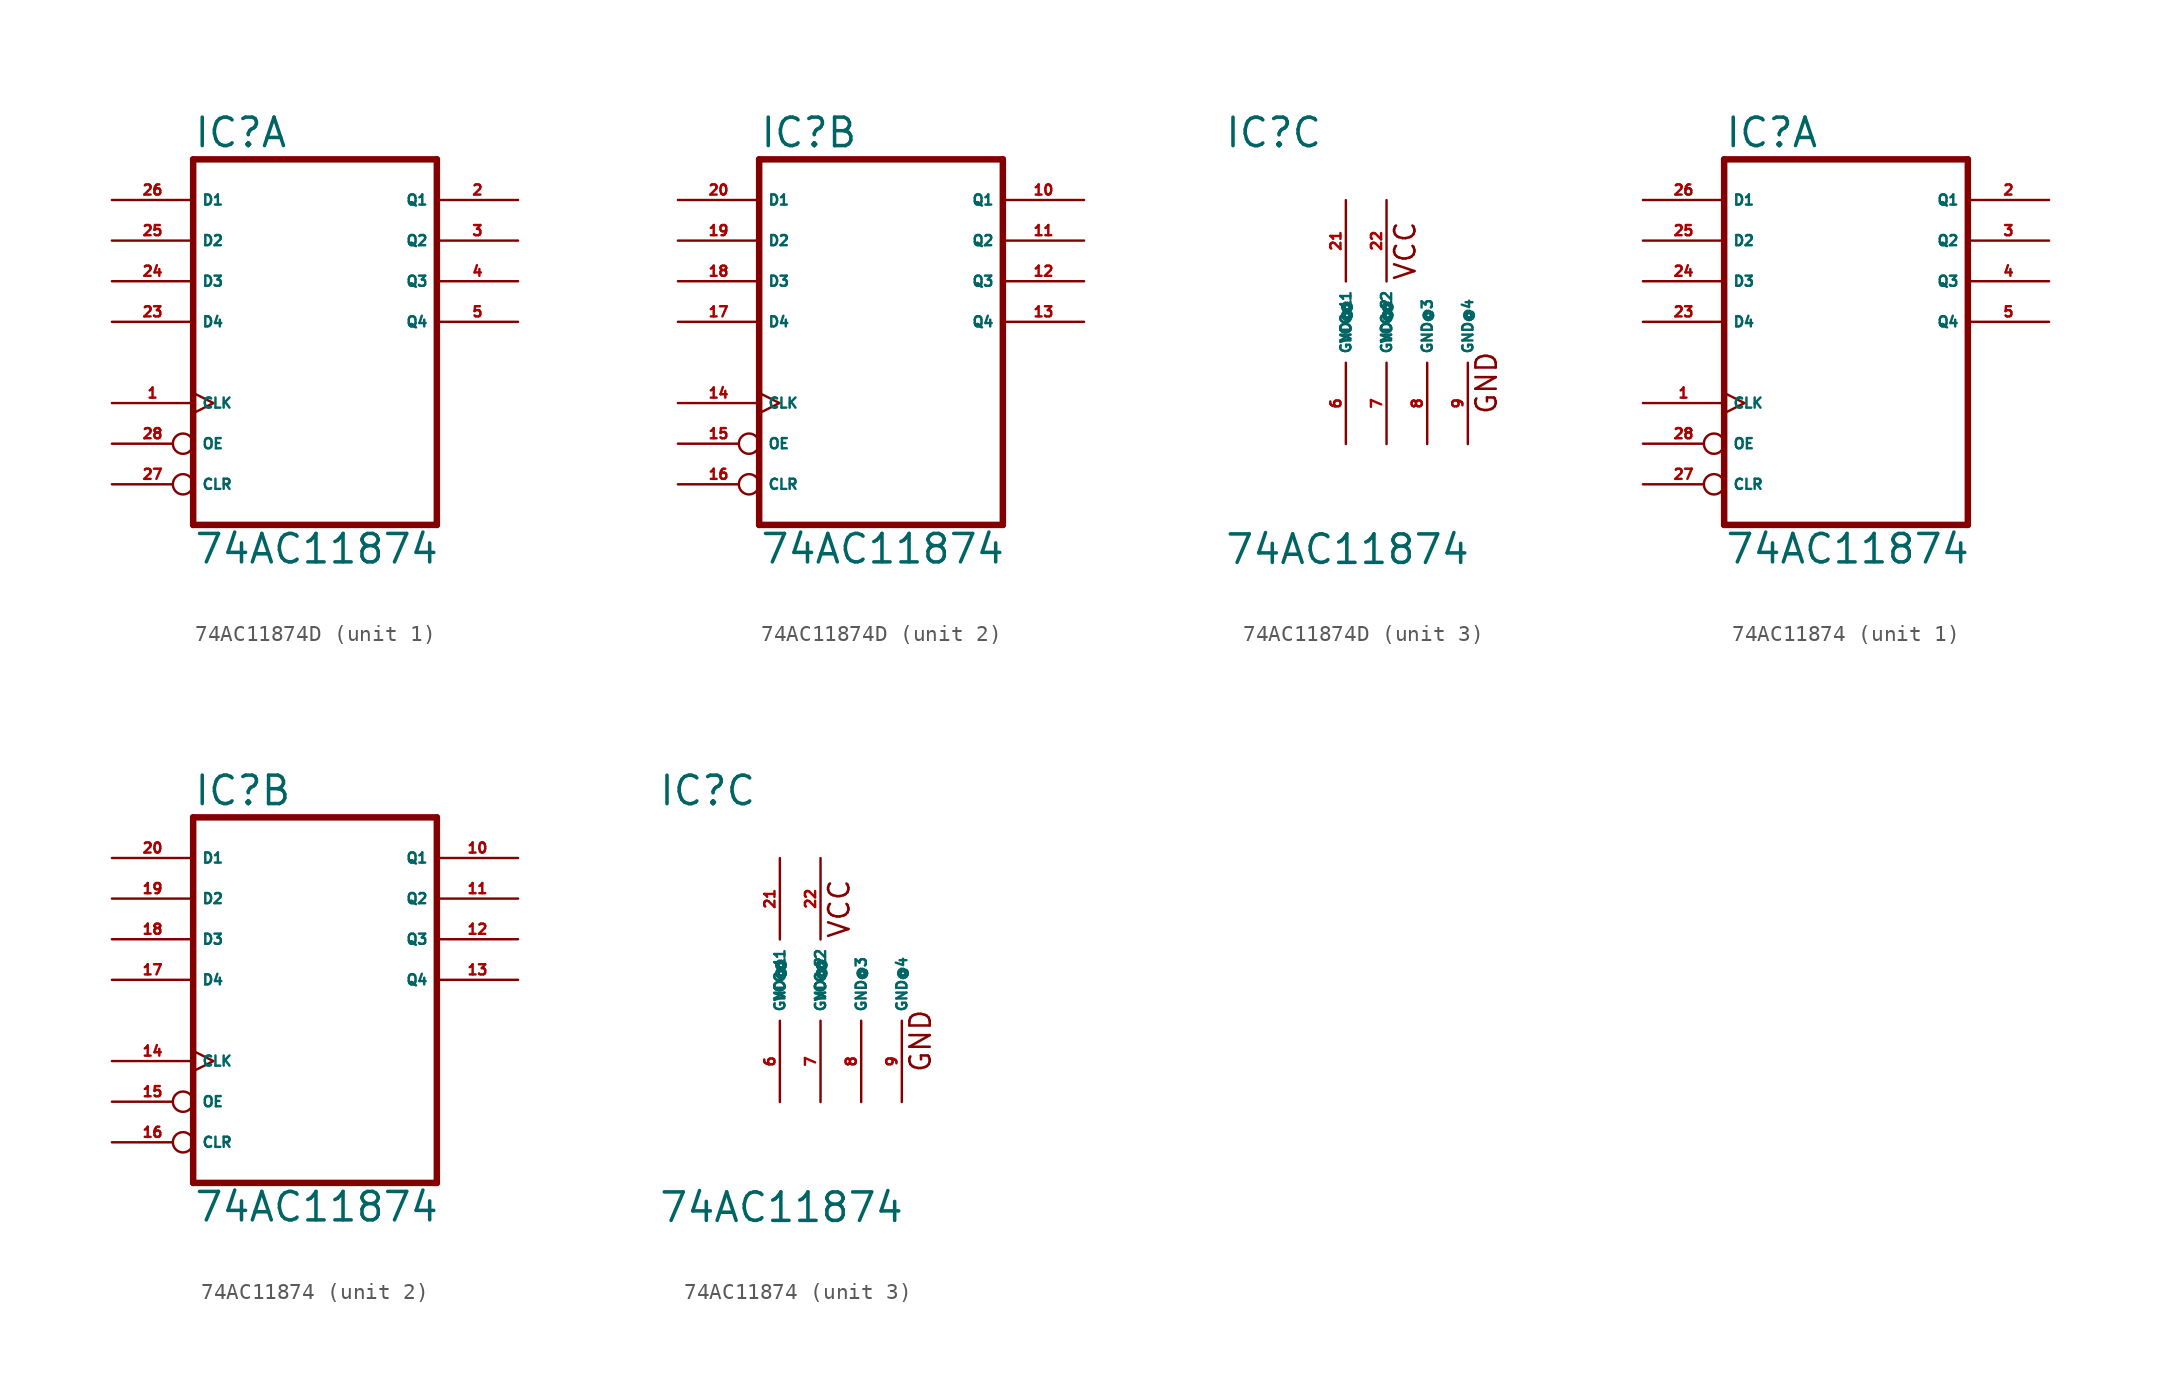
<source format=kicad_sym>
(kicad_symbol_lib
  (version 20220914)
  (generator Eagle2Kicad)
  (symbol "74AC11874D"
    (property "Reference" "IC"
      (at -7.62 10.795 0)
      (effects (font (size 1.778 1.778) (thickness 0.22)) (justify left bottom)))
    (property "Value" "74AC11874"
      (at -7.62 -15.24 0)
      (effects (font (size 1.778 1.778) (thickness 0.22)) (justify left bottom)))
    (symbol "74AC11874D_1_0"
      (polyline (pts (xy -7.62 10.16) (xy -7.62 -12.7)) (stroke (width 0.406) (type default)) (fill (type none)))
      (polyline (pts (xy 7.62 -12.7) (xy -7.62 -12.7)) (stroke (width 0.406) (type default)) (fill (type none)))
      (polyline (pts (xy 7.62 -12.7) (xy 7.62 10.16)) (stroke (width 0.406) (type default)) (fill (type none)))
      (polyline (pts (xy -7.62 10.16) (xy 7.62 10.16)) (stroke (width 0.406) (type default)) (fill (type none)))
      (pin input line (at -12.7 7.62 0) (length 5.08) (name "D1" (effects (font (size 0.635 0.635) (thickness 0.08)) (justify left bottom))) (number "26" (effects (font (size 0.635 0.635) (thickness 0.08)) (justify left bottom))))
      (pin input line (at -12.7 5.08 0) (length 5.08) (name "D2" (effects (font (size 0.635 0.635) (thickness 0.08)) (justify left bottom))) (number "25" (effects (font (size 0.635 0.635) (thickness 0.08)) (justify left bottom))))
      (pin input line (at -12.7 2.54 0) (length 5.08) (name "D3" (effects (font (size 0.635 0.635) (thickness 0.08)) (justify left bottom))) (number "24" (effects (font (size 0.635 0.635) (thickness 0.08)) (justify left bottom))))
      (pin input line (at -12.7 0 0) (length 5.08) (name "D4" (effects (font (size 0.635 0.635) (thickness 0.08)) (justify left bottom))) (number "23" (effects (font (size 0.635 0.635) (thickness 0.08)) (justify left bottom))))
      (pin tri_state line (at 12.7 7.62 180) (length 5.08) (name "Q1" (effects (font (size 0.635 0.635) (thickness 0.08)) (justify left bottom))) (number "2" (effects (font (size 0.635 0.635) (thickness 0.08)) (justify left bottom))))
      (pin tri_state line (at 12.7 5.08 180) (length 5.08) (name "Q2" (effects (font (size 0.635 0.635) (thickness 0.08)) (justify left bottom))) (number "3" (effects (font (size 0.635 0.635) (thickness 0.08)) (justify left bottom))))
      (pin tri_state line (at 12.7 2.54 180) (length 5.08) (name "Q3" (effects (font (size 0.635 0.635) (thickness 0.08)) (justify left bottom))) (number "4" (effects (font (size 0.635 0.635) (thickness 0.08)) (justify left bottom))))
      (pin tri_state line (at 12.7 0 180) (length 5.08) (name "Q4" (effects (font (size 0.635 0.635) (thickness 0.08)) (justify left bottom))) (number "5" (effects (font (size 0.635 0.635) (thickness 0.08)) (justify left bottom))))
      (pin input inverted (at -12.7 -7.62 0) (length 5.08) (name "OE" (effects (font (size 0.635 0.635) (thickness 0.08)) (justify left bottom))) (number "28" (effects (font (size 0.635 0.635) (thickness 0.08)) (justify left bottom))))
      (pin input clock (at -12.7 -5.08 0) (length 5.08) (name "CLK" (effects (font (size 0.635 0.635) (thickness 0.08)) (justify left bottom))) (number "1" (effects (font (size 0.635 0.635) (thickness 0.08)) (justify left bottom))))
      (pin input inverted (at -12.7 -10.16 0) (length 5.08) (name "CLR" (effects (font (size 0.635 0.635) (thickness 0.08)) (justify left bottom))) (number "27" (effects (font (size 0.635 0.635) (thickness 0.08)) (justify left bottom)))))
    (symbol "74AC11874D_2_0"
      (polyline (pts (xy -7.62 10.16) (xy -7.62 -12.7)) (stroke (width 0.406) (type default)) (fill (type none)))
      (polyline (pts (xy 7.62 -12.7) (xy -7.62 -12.7)) (stroke (width 0.406) (type default)) (fill (type none)))
      (polyline (pts (xy 7.62 -12.7) (xy 7.62 10.16)) (stroke (width 0.406) (type default)) (fill (type none)))
      (polyline (pts (xy -7.62 10.16) (xy 7.62 10.16)) (stroke (width 0.406) (type default)) (fill (type none)))
      (pin input line (at -12.7 7.62 0) (length 5.08) (name "D1" (effects (font (size 0.635 0.635) (thickness 0.08)) (justify left bottom))) (number "20" (effects (font (size 0.635 0.635) (thickness 0.08)) (justify left bottom))))
      (pin input line (at -12.7 5.08 0) (length 5.08) (name "D2" (effects (font (size 0.635 0.635) (thickness 0.08)) (justify left bottom))) (number "19" (effects (font (size 0.635 0.635) (thickness 0.08)) (justify left bottom))))
      (pin input line (at -12.7 2.54 0) (length 5.08) (name "D3" (effects (font (size 0.635 0.635) (thickness 0.08)) (justify left bottom))) (number "18" (effects (font (size 0.635 0.635) (thickness 0.08)) (justify left bottom))))
      (pin input line (at -12.7 0 0) (length 5.08) (name "D4" (effects (font (size 0.635 0.635) (thickness 0.08)) (justify left bottom))) (number "17" (effects (font (size 0.635 0.635) (thickness 0.08)) (justify left bottom))))
      (pin tri_state line (at 12.7 7.62 180) (length 5.08) (name "Q1" (effects (font (size 0.635 0.635) (thickness 0.08)) (justify left bottom))) (number "10" (effects (font (size 0.635 0.635) (thickness 0.08)) (justify left bottom))))
      (pin tri_state line (at 12.7 5.08 180) (length 5.08) (name "Q2" (effects (font (size 0.635 0.635) (thickness 0.08)) (justify left bottom))) (number "11" (effects (font (size 0.635 0.635) (thickness 0.08)) (justify left bottom))))
      (pin tri_state line (at 12.7 2.54 180) (length 5.08) (name "Q3" (effects (font (size 0.635 0.635) (thickness 0.08)) (justify left bottom))) (number "12" (effects (font (size 0.635 0.635) (thickness 0.08)) (justify left bottom))))
      (pin tri_state line (at 12.7 0 180) (length 5.08) (name "Q4" (effects (font (size 0.635 0.635) (thickness 0.08)) (justify left bottom))) (number "13" (effects (font (size 0.635 0.635) (thickness 0.08)) (justify left bottom))))
      (pin input inverted (at -12.7 -7.62 0) (length 5.08) (name "OE" (effects (font (size 0.635 0.635) (thickness 0.08)) (justify left bottom))) (number "15" (effects (font (size 0.635 0.635) (thickness 0.08)) (justify left bottom))))
      (pin input clock (at -12.7 -5.08 0) (length 5.08) (name "CLK" (effects (font (size 0.635 0.635) (thickness 0.08)) (justify left bottom))) (number "14" (effects (font (size 0.635 0.635) (thickness 0.08)) (justify left bottom))))
      (pin input inverted (at -12.7 -10.16 0) (length 5.08) (name "CLR" (effects (font (size 0.635 0.635) (thickness 0.08)) (justify left bottom))) (number "16" (effects (font (size 0.635 0.635) (thickness 0.08)) (justify left bottom)))))
    (symbol "74AC11874D_3_0"
      (text "VCC" (at 4.445 2.54 900) (effects (font (size 1.27 1.27) (thickness 0.16)) (justify left bottom)))
      (text "GND" (at 9.525 -5.842 900) (effects (font (size 1.27 1.27) (thickness 0.16)) (justify left bottom)))
      (pin unspecified line (at 0 -7.62 90) (length 5.08) (name "GND@1" (effects (font (size 0.635 0.635) (thickness 0.08)) (justify left bottom))) (number "6" (effects (font (size 0.635 0.635) (thickness 0.08)) (justify left bottom))))
      (pin unspecified line (at 2.54 -7.62 90) (length 5.08) (name "GND@2" (effects (font (size 0.635 0.635) (thickness 0.08)) (justify left bottom))) (number "7" (effects (font (size 0.635 0.635) (thickness 0.08)) (justify left bottom))))
      (pin unspecified line (at 5.08 -7.62 90) (length 5.08) (name "GND@3" (effects (font (size 0.635 0.635) (thickness 0.08)) (justify left bottom))) (number "8" (effects (font (size 0.635 0.635) (thickness 0.08)) (justify left bottom))))
      (pin unspecified line (at 7.62 -7.62 90) (length 5.08) (name "GND@4" (effects (font (size 0.635 0.635) (thickness 0.08)) (justify left bottom))) (number "9" (effects (font (size 0.635 0.635) (thickness 0.08)) (justify left bottom))))
      (pin unspecified line (at 0 7.62 270) (length 5.08) (name "VCC@1" (effects (font (size 0.635 0.635) (thickness 0.08)) (justify left bottom))) (number "21" (effects (font (size 0.635 0.635) (thickness 0.08)) (justify left bottom))))
      (pin unspecified line (at 2.54 7.62 270) (length 5.08) (name "VCC@2" (effects (font (size 0.635 0.635) (thickness 0.08)) (justify left bottom))) (number "22" (effects (font (size 0.635 0.635) (thickness 0.08)) (justify left bottom))))))
  (symbol "74AC11874"
    (property "Reference" "IC"
      (at -7.62 10.795 0)
      (effects (font (size 1.778 1.778) (thickness 0.22)) (justify left bottom)))
    (property "Value" "74AC11874"
      (at -7.62 -15.24 0)
      (effects (font (size 1.778 1.778) (thickness 0.22)) (justify left bottom)))
    (symbol "74AC11874_1_0"
      (polyline (pts (xy -7.62 10.16) (xy -7.62 -12.7)) (stroke (width 0.406) (type default)) (fill (type none)))
      (polyline (pts (xy 7.62 -12.7) (xy -7.62 -12.7)) (stroke (width 0.406) (type default)) (fill (type none)))
      (polyline (pts (xy 7.62 -12.7) (xy 7.62 10.16)) (stroke (width 0.406) (type default)) (fill (type none)))
      (polyline (pts (xy -7.62 10.16) (xy 7.62 10.16)) (stroke (width 0.406) (type default)) (fill (type none)))
      (pin input line (at -12.7 7.62 0) (length 5.08) (name "D1" (effects (font (size 0.635 0.635) (thickness 0.08)) (justify left bottom))) (number "26" (effects (font (size 0.635 0.635) (thickness 0.08)) (justify left bottom))))
      (pin input line (at -12.7 5.08 0) (length 5.08) (name "D2" (effects (font (size 0.635 0.635) (thickness 0.08)) (justify left bottom))) (number "25" (effects (font (size 0.635 0.635) (thickness 0.08)) (justify left bottom))))
      (pin input line (at -12.7 2.54 0) (length 5.08) (name "D3" (effects (font (size 0.635 0.635) (thickness 0.08)) (justify left bottom))) (number "24" (effects (font (size 0.635 0.635) (thickness 0.08)) (justify left bottom))))
      (pin input line (at -12.7 0 0) (length 5.08) (name "D4" (effects (font (size 0.635 0.635) (thickness 0.08)) (justify left bottom))) (number "23" (effects (font (size 0.635 0.635) (thickness 0.08)) (justify left bottom))))
      (pin tri_state line (at 12.7 7.62 180) (length 5.08) (name "Q1" (effects (font (size 0.635 0.635) (thickness 0.08)) (justify left bottom))) (number "2" (effects (font (size 0.635 0.635) (thickness 0.08)) (justify left bottom))))
      (pin tri_state line (at 12.7 5.08 180) (length 5.08) (name "Q2" (effects (font (size 0.635 0.635) (thickness 0.08)) (justify left bottom))) (number "3" (effects (font (size 0.635 0.635) (thickness 0.08)) (justify left bottom))))
      (pin tri_state line (at 12.7 2.54 180) (length 5.08) (name "Q3" (effects (font (size 0.635 0.635) (thickness 0.08)) (justify left bottom))) (number "4" (effects (font (size 0.635 0.635) (thickness 0.08)) (justify left bottom))))
      (pin tri_state line (at 12.7 0 180) (length 5.08) (name "Q4" (effects (font (size 0.635 0.635) (thickness 0.08)) (justify left bottom))) (number "5" (effects (font (size 0.635 0.635) (thickness 0.08)) (justify left bottom))))
      (pin input inverted (at -12.7 -7.62 0) (length 5.08) (name "OE" (effects (font (size 0.635 0.635) (thickness 0.08)) (justify left bottom))) (number "28" (effects (font (size 0.635 0.635) (thickness 0.08)) (justify left bottom))))
      (pin input clock (at -12.7 -5.08 0) (length 5.08) (name "CLK" (effects (font (size 0.635 0.635) (thickness 0.08)) (justify left bottom))) (number "1" (effects (font (size 0.635 0.635) (thickness 0.08)) (justify left bottom))))
      (pin input inverted (at -12.7 -10.16 0) (length 5.08) (name "CLR" (effects (font (size 0.635 0.635) (thickness 0.08)) (justify left bottom))) (number "27" (effects (font (size 0.635 0.635) (thickness 0.08)) (justify left bottom)))))
    (symbol "74AC11874_2_0"
      (polyline (pts (xy -7.62 10.16) (xy -7.62 -12.7)) (stroke (width 0.406) (type default)) (fill (type none)))
      (polyline (pts (xy 7.62 -12.7) (xy -7.62 -12.7)) (stroke (width 0.406) (type default)) (fill (type none)))
      (polyline (pts (xy 7.62 -12.7) (xy 7.62 10.16)) (stroke (width 0.406) (type default)) (fill (type none)))
      (polyline (pts (xy -7.62 10.16) (xy 7.62 10.16)) (stroke (width 0.406) (type default)) (fill (type none)))
      (pin input line (at -12.7 7.62 0) (length 5.08) (name "D1" (effects (font (size 0.635 0.635) (thickness 0.08)) (justify left bottom))) (number "20" (effects (font (size 0.635 0.635) (thickness 0.08)) (justify left bottom))))
      (pin input line (at -12.7 5.08 0) (length 5.08) (name "D2" (effects (font (size 0.635 0.635) (thickness 0.08)) (justify left bottom))) (number "19" (effects (font (size 0.635 0.635) (thickness 0.08)) (justify left bottom))))
      (pin input line (at -12.7 2.54 0) (length 5.08) (name "D3" (effects (font (size 0.635 0.635) (thickness 0.08)) (justify left bottom))) (number "18" (effects (font (size 0.635 0.635) (thickness 0.08)) (justify left bottom))))
      (pin input line (at -12.7 0 0) (length 5.08) (name "D4" (effects (font (size 0.635 0.635) (thickness 0.08)) (justify left bottom))) (number "17" (effects (font (size 0.635 0.635) (thickness 0.08)) (justify left bottom))))
      (pin tri_state line (at 12.7 7.62 180) (length 5.08) (name "Q1" (effects (font (size 0.635 0.635) (thickness 0.08)) (justify left bottom))) (number "10" (effects (font (size 0.635 0.635) (thickness 0.08)) (justify left bottom))))
      (pin tri_state line (at 12.7 5.08 180) (length 5.08) (name "Q2" (effects (font (size 0.635 0.635) (thickness 0.08)) (justify left bottom))) (number "11" (effects (font (size 0.635 0.635) (thickness 0.08)) (justify left bottom))))
      (pin tri_state line (at 12.7 2.54 180) (length 5.08) (name "Q3" (effects (font (size 0.635 0.635) (thickness 0.08)) (justify left bottom))) (number "12" (effects (font (size 0.635 0.635) (thickness 0.08)) (justify left bottom))))
      (pin tri_state line (at 12.7 0 180) (length 5.08) (name "Q4" (effects (font (size 0.635 0.635) (thickness 0.08)) (justify left bottom))) (number "13" (effects (font (size 0.635 0.635) (thickness 0.08)) (justify left bottom))))
      (pin input inverted (at -12.7 -7.62 0) (length 5.08) (name "OE" (effects (font (size 0.635 0.635) (thickness 0.08)) (justify left bottom))) (number "15" (effects (font (size 0.635 0.635) (thickness 0.08)) (justify left bottom))))
      (pin input clock (at -12.7 -5.08 0) (length 5.08) (name "CLK" (effects (font (size 0.635 0.635) (thickness 0.08)) (justify left bottom))) (number "14" (effects (font (size 0.635 0.635) (thickness 0.08)) (justify left bottom))))
      (pin input inverted (at -12.7 -10.16 0) (length 5.08) (name "CLR" (effects (font (size 0.635 0.635) (thickness 0.08)) (justify left bottom))) (number "16" (effects (font (size 0.635 0.635) (thickness 0.08)) (justify left bottom)))))
    (symbol "74AC11874_3_0"
      (text "VCC" (at 4.445 2.54 900) (effects (font (size 1.27 1.27) (thickness 0.16)) (justify left bottom)))
      (text "GND" (at 9.525 -5.842 900) (effects (font (size 1.27 1.27) (thickness 0.16)) (justify left bottom)))
      (pin unspecified line (at 0 -7.62 90) (length 5.08) (name "GND@1" (effects (font (size 0.635 0.635) (thickness 0.08)) (justify left bottom))) (number "6" (effects (font (size 0.635 0.635) (thickness 0.08)) (justify left bottom))))
      (pin unspecified line (at 2.54 -7.62 90) (length 5.08) (name "GND@2" (effects (font (size 0.635 0.635) (thickness 0.08)) (justify left bottom))) (number "7" (effects (font (size 0.635 0.635) (thickness 0.08)) (justify left bottom))))
      (pin unspecified line (at 5.08 -7.62 90) (length 5.08) (name "GND@3" (effects (font (size 0.635 0.635) (thickness 0.08)) (justify left bottom))) (number "8" (effects (font (size 0.635 0.635) (thickness 0.08)) (justify left bottom))))
      (pin unspecified line (at 7.62 -7.62 90) (length 5.08) (name "GND@4" (effects (font (size 0.635 0.635) (thickness 0.08)) (justify left bottom))) (number "9" (effects (font (size 0.635 0.635) (thickness 0.08)) (justify left bottom))))
      (pin unspecified line (at 0 7.62 270) (length 5.08) (name "VCC@1" (effects (font (size 0.635 0.635) (thickness 0.08)) (justify left bottom))) (number "21" (effects (font (size 0.635 0.635) (thickness 0.08)) (justify left bottom))))
      (pin unspecified line (at 2.54 7.62 270) (length 5.08) (name "VCC@2" (effects (font (size 0.635 0.635) (thickness 0.08)) (justify left bottom))) (number "22" (effects (font (size 0.635 0.635) (thickness 0.08)) (justify left bottom)))))))
</source>
